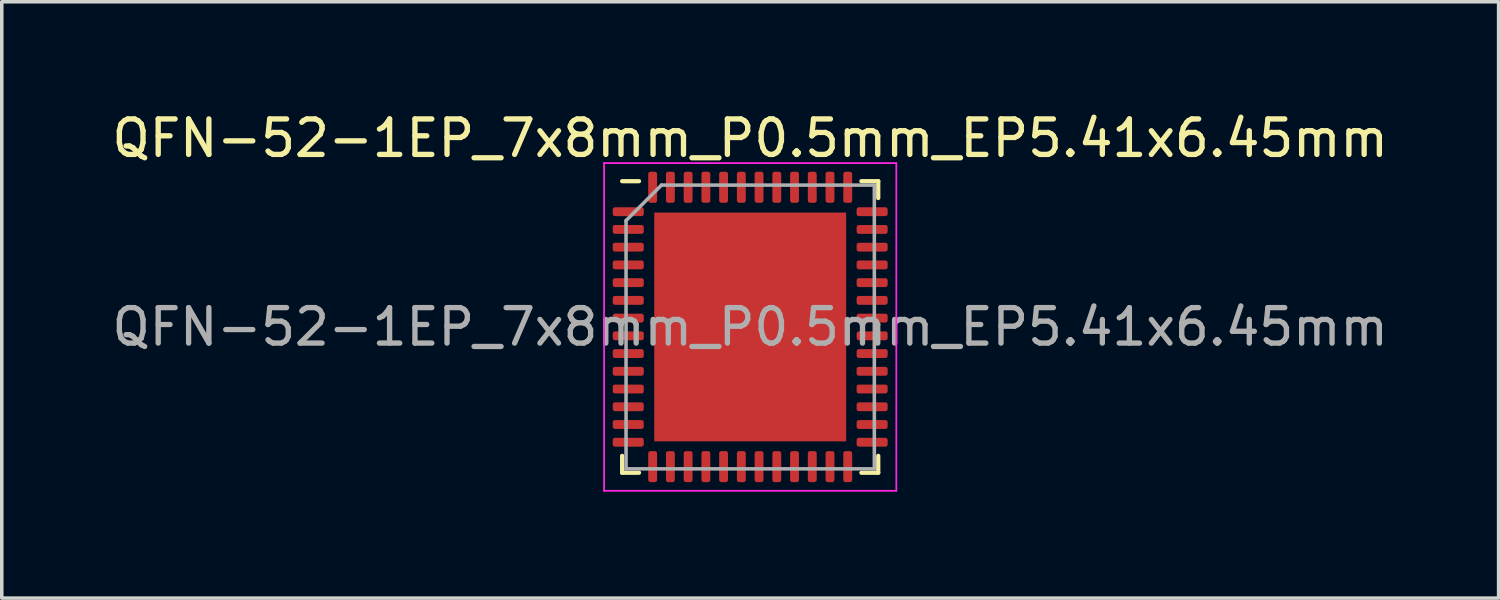
<source format=kicad_pcb>
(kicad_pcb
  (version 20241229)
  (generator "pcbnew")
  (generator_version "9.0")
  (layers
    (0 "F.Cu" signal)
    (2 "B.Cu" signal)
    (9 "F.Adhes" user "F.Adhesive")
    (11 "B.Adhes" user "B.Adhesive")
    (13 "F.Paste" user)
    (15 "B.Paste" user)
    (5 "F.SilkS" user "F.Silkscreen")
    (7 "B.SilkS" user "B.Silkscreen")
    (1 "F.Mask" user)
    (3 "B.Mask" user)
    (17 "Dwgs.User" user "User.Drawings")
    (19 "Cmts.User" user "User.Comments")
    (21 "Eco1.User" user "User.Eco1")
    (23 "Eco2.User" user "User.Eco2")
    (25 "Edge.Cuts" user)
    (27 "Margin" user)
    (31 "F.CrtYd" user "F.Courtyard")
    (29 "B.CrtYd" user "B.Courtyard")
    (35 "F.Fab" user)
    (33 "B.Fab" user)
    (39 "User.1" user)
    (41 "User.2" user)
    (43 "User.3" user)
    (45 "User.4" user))
  (footprint "QFN-52-1EP_7x8mm_P0.5mm_EP5.41x6.45mm"
    (layer "F.Cu")
    (at 18.101 6.168)
    (property "Reference" "QFN-52-1EP_7x8mm_P0.5mm_EP5.41x6.45mm" (at 0 -5.32 0) (layer "F.SilkS") (effects (font (size 1 1) (thickness 0.15))))
    (attr smd)
    (fp_line (start -3.61 4.11) (end -3.61 3.635) (stroke (width 0.12) (type solid)) (layer "F.SilkS"))
    (fp_line (start -3.135 -4.11) (end -3.61 -4.11) (stroke (width 0.12) (type solid)) (layer "F.SilkS"))
    (fp_line (start -3.135 4.11) (end -3.61 4.11) (stroke (width 0.12) (type solid)) (layer "F.SilkS"))
    (fp_line (start 3.135 -4.11) (end 3.61 -4.11) (stroke (width 0.12) (type solid)) (layer "F.SilkS"))
    (fp_line (start 3.135 4.11) (end 3.61 4.11) (stroke (width 0.12) (type solid)) (layer "F.SilkS"))
    (fp_line (start 3.61 -4.11) (end 3.61 -3.635) (stroke (width 0.12) (type solid)) (layer "F.SilkS"))
    (fp_line (start 3.61 4.11) (end 3.61 3.635) (stroke (width 0.12) (type solid)) (layer "F.SilkS"))
    (fp_line (start -4.12 -4.62) (end -4.12 4.62) (stroke (width 0.05) (type solid)) (layer "F.CrtYd"))
    (fp_line (start -4.12 4.62) (end 4.12 4.62) (stroke (width 0.05) (type solid)) (layer "F.CrtYd"))
    (fp_line (start 4.12 -4.62) (end -4.12 -4.62) (stroke (width 0.05) (type solid)) (layer "F.CrtYd"))
    (fp_line (start 4.12 4.62) (end 4.12 -4.62) (stroke (width 0.05) (type solid)) (layer "F.CrtYd"))
    (fp_line (start -3.5 -3) (end -2.5 -4) (stroke (width 0.1) (type solid)) (layer "F.Fab"))
    (fp_line (start -3.5 4) (end -3.5 -3) (stroke (width 0.1) (type solid)) (layer "F.Fab"))
    (fp_line (start -2.5 -4) (end 3.5 -4) (stroke (width 0.1) (type solid)) (layer "F.Fab"))
    (fp_line (start 3.5 -4) (end 3.5 4) (stroke (width 0.1) (type solid)) (layer "F.Fab"))
    (fp_line (start 3.5 4) (end -3.5 4) (stroke (width 0.1) (type solid)) (layer "F.Fab"))
    (fp_text user "${REFERENCE}" (at 0 0 0) (layer "F.Fab") (effects (font (size 1 1) (thickness 0.15))))
    (pad "" smd roundrect (at -2.025 -2.58) (size 1.09 1.04) (layers "F.Paste") (roundrect_rratio 0.24))
    (pad "" smd roundrect (at -2.025 -1.29) (size 1.09 1.04) (layers "F.Paste") (roundrect_rratio 0.24))
    (pad "" smd roundrect (at -2.025 0) (size 1.09 1.04) (layers "F.Paste") (roundrect_rratio 0.24))
    (pad "" smd roundrect (at -2.025 1.29) (size 1.09 1.04) (layers "F.Paste") (roundrect_rratio 0.24))
    (pad "" smd roundrect (at -2.025 2.58) (size 1.09 1.04) (layers "F.Paste") (roundrect_rratio 0.24))
    (pad "" smd roundrect (at -0.675 -2.58) (size 1.09 1.04) (layers "F.Paste") (roundrect_rratio 0.24))
    (pad "" smd roundrect (at -0.675 -1.29) (size 1.09 1.04) (layers "F.Paste") (roundrect_rratio 0.24))
    (pad "" smd roundrect (at -0.675 0) (size 1.09 1.04) (layers "F.Paste") (roundrect_rratio 0.24))
    (pad "" smd roundrect (at -0.675 1.29) (size 1.09 1.04) (layers "F.Paste") (roundrect_rratio 0.24))
    (pad "" smd roundrect (at -0.675 2.58) (size 1.09 1.04) (layers "F.Paste") (roundrect_rratio 0.24))
    (pad "" smd roundrect (at 0.675 -2.58) (size 1.09 1.04) (layers "F.Paste") (roundrect_rratio 0.24))
    (pad "" smd roundrect (at 0.675 -1.29) (size 1.09 1.04) (layers "F.Paste") (roundrect_rratio 0.24))
    (pad "" smd roundrect (at 0.675 0) (size 1.09 1.04) (layers "F.Paste") (roundrect_rratio 0.24))
    (pad "" smd roundrect (at 0.675 1.29) (size 1.09 1.04) (layers "F.Paste") (roundrect_rratio 0.24))
    (pad "" smd roundrect (at 0.675 2.58) (size 1.09 1.04) (layers "F.Paste") (roundrect_rratio 0.24))
    (pad "" smd roundrect (at 2.025 -2.58) (size 1.09 1.04) (layers "F.Paste") (roundrect_rratio 0.24))
    (pad "" smd roundrect (at 2.025 -1.29) (size 1.09 1.04) (layers "F.Paste") (roundrect_rratio 0.24))
    (pad "" smd roundrect (at 2.025 0) (size 1.09 1.04) (layers "F.Paste") (roundrect_rratio 0.24))
    (pad "" smd roundrect (at 2.025 1.29) (size 1.09 1.04) (layers "F.Paste") (roundrect_rratio 0.24))
    (pad "" smd roundrect (at 2.025 2.58) (size 1.09 1.04) (layers "F.Paste") (roundrect_rratio 0.24))
    (pad "1" smd roundrect (at -3.438 -3.25) (size 0.875 0.25) (layers "F.Cu" "F.Mask" "F.Paste") (roundrect_rratio 0.25))
    (pad "2" smd roundrect (at -3.438 -2.75) (size 0.875 0.25) (layers "F.Cu" "F.Mask" "F.Paste") (roundrect_rratio 0.25))
    (pad "3" smd roundrect (at -3.438 -2.25) (size 0.875 0.25) (layers "F.Cu" "F.Mask" "F.Paste") (roundrect_rratio 0.25))
    (pad "4" smd roundrect (at -3.438 -1.75) (size 0.875 0.25) (layers "F.Cu" "F.Mask" "F.Paste") (roundrect_rratio 0.25))
    (pad "5" smd roundrect (at -3.438 -1.25) (size 0.875 0.25) (layers "F.Cu" "F.Mask" "F.Paste") (roundrect_rratio 0.25))
    (pad "6" smd roundrect (at -3.438 -0.75) (size 0.875 0.25) (layers "F.Cu" "F.Mask" "F.Paste") (roundrect_rratio 0.25))
    (pad "7" smd roundrect (at -3.438 -0.25) (size 0.875 0.25) (layers "F.Cu" "F.Mask" "F.Paste") (roundrect_rratio 0.25))
    (pad "8" smd roundrect (at -3.438 0.25) (size 0.875 0.25) (layers "F.Cu" "F.Mask" "F.Paste") (roundrect_rratio 0.25))
    (pad "9" smd roundrect (at -3.438 0.75) (size 0.875 0.25) (layers "F.Cu" "F.Mask" "F.Paste") (roundrect_rratio 0.25))
    (pad "10" smd roundrect (at -3.438 1.25) (size 0.875 0.25) (layers "F.Cu" "F.Mask" "F.Paste") (roundrect_rratio 0.25))
    (pad "11" smd roundrect (at -3.438 1.75) (size 0.875 0.25) (layers "F.Cu" "F.Mask" "F.Paste") (roundrect_rratio 0.25))
    (pad "12" smd roundrect (at -3.438 2.25) (size 0.875 0.25) (layers "F.Cu" "F.Mask" "F.Paste") (roundrect_rratio 0.25))
    (pad "13" smd roundrect (at -3.438 2.75) (size 0.875 0.25) (layers "F.Cu" "F.Mask" "F.Paste") (roundrect_rratio 0.25))
    (pad "14" smd roundrect (at -3.438 3.25) (size 0.875 0.25) (layers "F.Cu" "F.Mask" "F.Paste") (roundrect_rratio 0.25))
    (pad "15" smd roundrect (at -2.75 3.938) (size 0.25 0.875) (layers "F.Cu" "F.Mask" "F.Paste") (roundrect_rratio 0.25))
    (pad "16" smd roundrect (at -2.25 3.938) (size 0.25 0.875) (layers "F.Cu" "F.Mask" "F.Paste") (roundrect_rratio 0.25))
    (pad "17" smd roundrect (at -1.75 3.938) (size 0.25 0.875) (layers "F.Cu" "F.Mask" "F.Paste") (roundrect_rratio 0.25))
    (pad "18" smd roundrect (at -1.25 3.938) (size 0.25 0.875) (layers "F.Cu" "F.Mask" "F.Paste") (roundrect_rratio 0.25))
    (pad "19" smd roundrect (at -0.75 3.938) (size 0.25 0.875) (layers "F.Cu" "F.Mask" "F.Paste") (roundrect_rratio 0.25))
    (pad "20" smd roundrect (at -0.25 3.938) (size 0.25 0.875) (layers "F.Cu" "F.Mask" "F.Paste") (roundrect_rratio 0.25))
    (pad "21" smd roundrect (at 0.25 3.938) (size 0.25 0.875) (layers "F.Cu" "F.Mask" "F.Paste") (roundrect_rratio 0.25))
    (pad "22" smd roundrect (at 0.75 3.938) (size 0.25 0.875) (layers "F.Cu" "F.Mask" "F.Paste") (roundrect_rratio 0.25))
    (pad "23" smd roundrect (at 1.25 3.938) (size 0.25 0.875) (layers "F.Cu" "F.Mask" "F.Paste") (roundrect_rratio 0.25))
    (pad "24" smd roundrect (at 1.75 3.938) (size 0.25 0.875) (layers "F.Cu" "F.Mask" "F.Paste") (roundrect_rratio 0.25))
    (pad "25" smd roundrect (at 2.25 3.938) (size 0.25 0.875) (layers "F.Cu" "F.Mask" "F.Paste") (roundrect_rratio 0.25))
    (pad "26" smd roundrect (at 2.75 3.938) (size 0.25 0.875) (layers "F.Cu" "F.Mask" "F.Paste") (roundrect_rratio 0.25))
    (pad "27" smd roundrect (at 3.438 3.25) (size 0.875 0.25) (layers "F.Cu" "F.Mask" "F.Paste") (roundrect_rratio 0.25))
    (pad "28" smd roundrect (at 3.438 2.75) (size 0.875 0.25) (layers "F.Cu" "F.Mask" "F.Paste") (roundrect_rratio 0.25))
    (pad "29" smd roundrect (at 3.438 2.25) (size 0.875 0.25) (layers "F.Cu" "F.Mask" "F.Paste") (roundrect_rratio 0.25))
    (pad "30" smd roundrect (at 3.438 1.75) (size 0.875 0.25) (layers "F.Cu" "F.Mask" "F.Paste") (roundrect_rratio 0.25))
    (pad "31" smd roundrect (at 3.438 1.25) (size 0.875 0.25) (layers "F.Cu" "F.Mask" "F.Paste") (roundrect_rratio 0.25))
    (pad "32" smd roundrect (at 3.438 0.75) (size 0.875 0.25) (layers "F.Cu" "F.Mask" "F.Paste") (roundrect_rratio 0.25))
    (pad "33" smd roundrect (at 3.438 0.25) (size 0.875 0.25) (layers "F.Cu" "F.Mask" "F.Paste") (roundrect_rratio 0.25))
    (pad "34" smd roundrect (at 3.438 -0.25) (size 0.875 0.25) (layers "F.Cu" "F.Mask" "F.Paste") (roundrect_rratio 0.25))
    (pad "35" smd roundrect (at 3.438 -0.75) (size 0.875 0.25) (layers "F.Cu" "F.Mask" "F.Paste") (roundrect_rratio 0.25))
    (pad "36" smd roundrect (at 3.438 -1.25) (size 0.875 0.25) (layers "F.Cu" "F.Mask" "F.Paste") (roundrect_rratio 0.25))
    (pad "37" smd roundrect (at 3.438 -1.75) (size 0.875 0.25) (layers "F.Cu" "F.Mask" "F.Paste") (roundrect_rratio 0.25))
    (pad "38" smd roundrect (at 3.438 -2.25) (size 0.875 0.25) (layers "F.Cu" "F.Mask" "F.Paste") (roundrect_rratio 0.25))
    (pad "39" smd roundrect (at 3.438 -2.75) (size 0.875 0.25) (layers "F.Cu" "F.Mask" "F.Paste") (roundrect_rratio 0.25))
    (pad "40" smd roundrect (at 3.438 -3.25) (size 0.875 0.25) (layers "F.Cu" "F.Mask" "F.Paste") (roundrect_rratio 0.25))
    (pad "41" smd roundrect (at 2.75 -3.938) (size 0.25 0.875) (layers "F.Cu" "F.Mask" "F.Paste") (roundrect_rratio 0.25))
    (pad "42" smd roundrect (at 2.25 -3.938) (size 0.25 0.875) (layers "F.Cu" "F.Mask" "F.Paste") (roundrect_rratio 0.25))
    (pad "43" smd roundrect (at 1.75 -3.938) (size 0.25 0.875) (layers "F.Cu" "F.Mask" "F.Paste") (roundrect_rratio 0.25))
    (pad "44" smd roundrect (at 1.25 -3.938) (size 0.25 0.875) (layers "F.Cu" "F.Mask" "F.Paste") (roundrect_rratio 0.25))
    (pad "45" smd roundrect (at 0.75 -3.938) (size 0.25 0.875) (layers "F.Cu" "F.Mask" "F.Paste") (roundrect_rratio 0.25))
    (pad "46" smd roundrect (at 0.25 -3.938) (size 0.25 0.875) (layers "F.Cu" "F.Mask" "F.Paste") (roundrect_rratio 0.25))
    (pad "47" smd roundrect (at -0.25 -3.938) (size 0.25 0.875) (layers "F.Cu" "F.Mask" "F.Paste") (roundrect_rratio 0.25))
    (pad "48" smd roundrect (at -0.75 -3.938) (size 0.25 0.875) (layers "F.Cu" "F.Mask" "F.Paste") (roundrect_rratio 0.25))
    (pad "49" smd roundrect (at -1.25 -3.938) (size 0.25 0.875) (layers "F.Cu" "F.Mask" "F.Paste") (roundrect_rratio 0.25))
    (pad "50" smd roundrect (at -1.75 -3.938) (size 0.25 0.875) (layers "F.Cu" "F.Mask" "F.Paste") (roundrect_rratio 0.25))
    (pad "51" smd roundrect (at -2.25 -3.938) (size 0.25 0.875) (layers "F.Cu" "F.Mask" "F.Paste") (roundrect_rratio 0.25))
    (pad "52" smd roundrect (at -2.75 -3.938) (size 0.25 0.875) (layers "F.Cu" "F.Mask" "F.Paste") (roundrect_rratio 0.25))
    (pad "53" smd rect (at 0 0) (size 5.41 6.45) (layers "F.Cu" "F.Mask")))
  (gr_rect
    (start -3 -3)
    (end 39.202 13.813)
    (stroke (width 0.1) (type default))
    (fill no)
    (layer "Edge.Cuts")))
</source>
